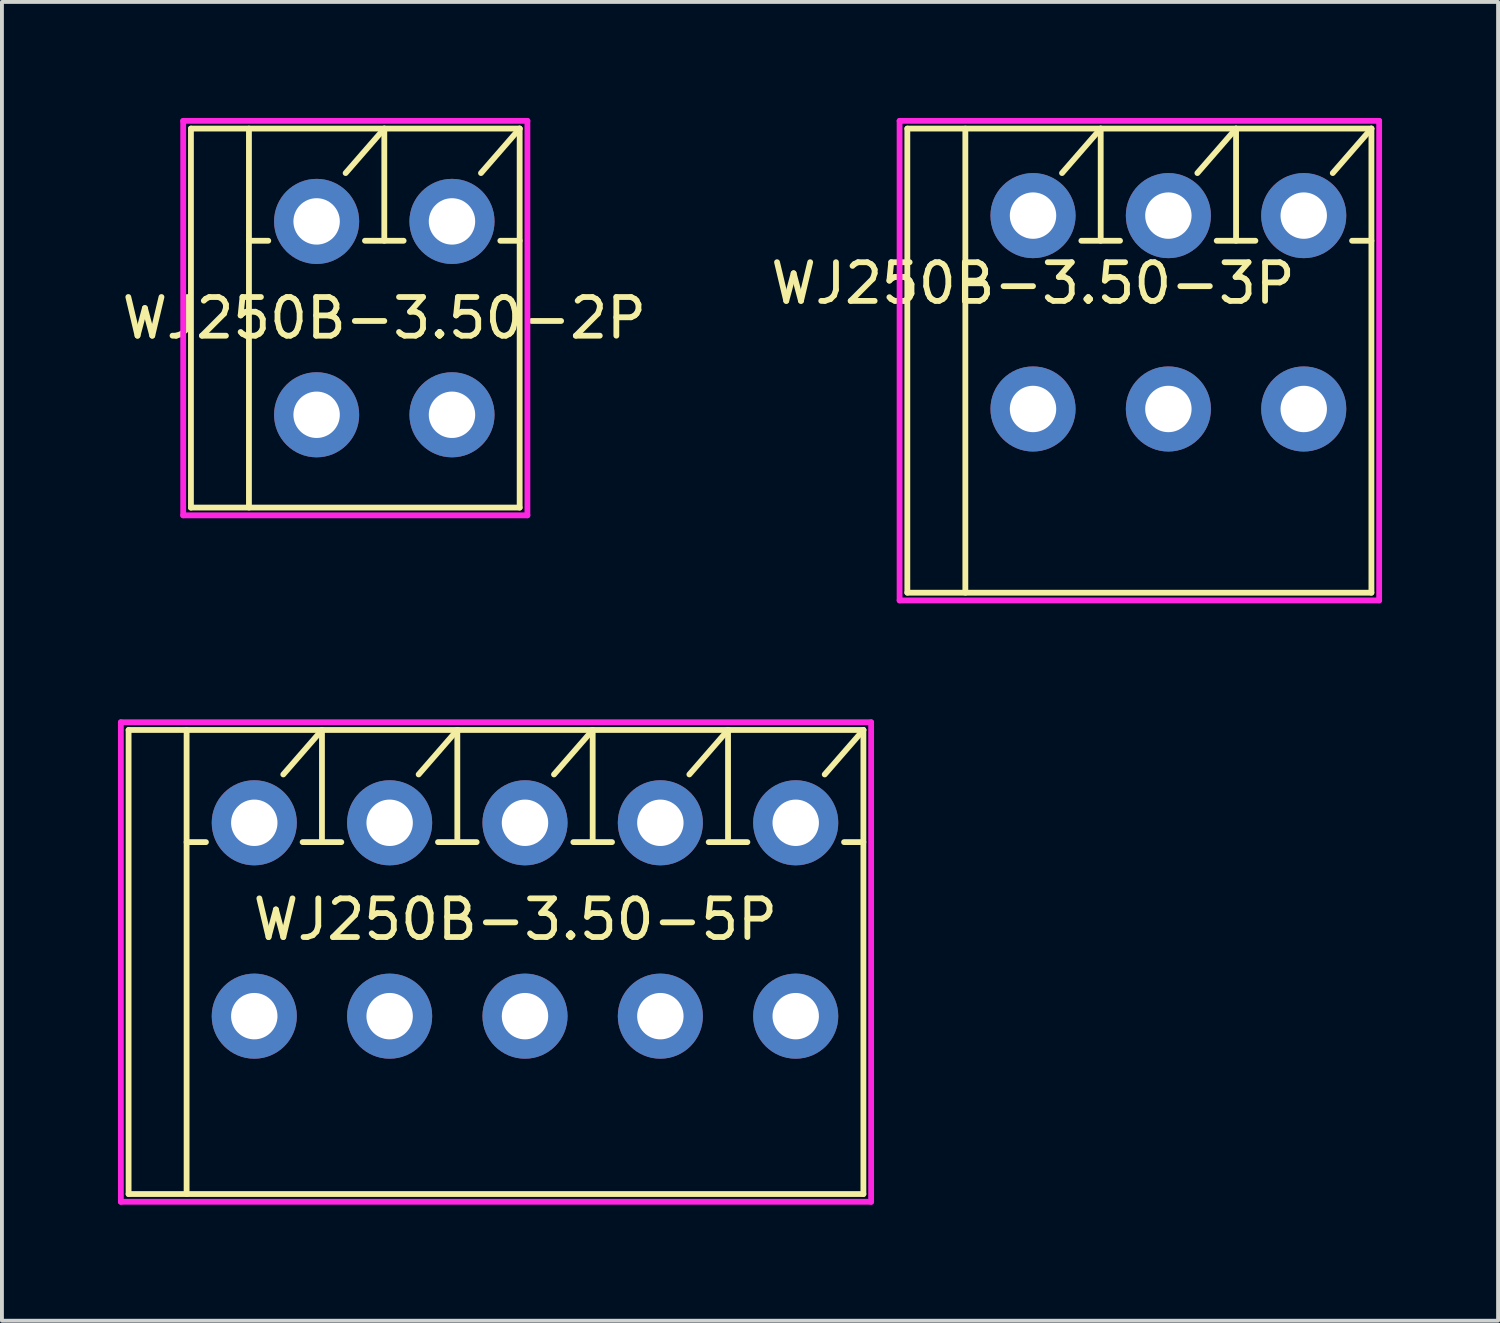
<source format=kicad_pcb>
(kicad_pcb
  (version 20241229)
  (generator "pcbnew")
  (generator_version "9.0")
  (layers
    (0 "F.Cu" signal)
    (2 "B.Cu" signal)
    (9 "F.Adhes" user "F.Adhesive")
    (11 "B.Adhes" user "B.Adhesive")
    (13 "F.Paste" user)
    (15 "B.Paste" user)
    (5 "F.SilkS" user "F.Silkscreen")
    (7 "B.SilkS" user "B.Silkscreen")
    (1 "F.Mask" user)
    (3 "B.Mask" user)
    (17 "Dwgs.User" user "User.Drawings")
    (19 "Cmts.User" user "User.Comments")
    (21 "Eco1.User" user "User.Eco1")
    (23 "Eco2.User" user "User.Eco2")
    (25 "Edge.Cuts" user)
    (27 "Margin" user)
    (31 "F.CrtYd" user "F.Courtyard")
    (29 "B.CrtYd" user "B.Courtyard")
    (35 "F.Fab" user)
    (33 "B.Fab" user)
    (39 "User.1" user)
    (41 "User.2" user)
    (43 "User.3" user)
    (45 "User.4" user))
  (footprint "WJ250B-3.50-3P"
    (layer "F.Cu")
    (at 23.661 2.525)
    (property "Reference" "WJ250B-3.50-3P" (at 0 1.75 0) (layer "F.SilkS") (effects (font (size 1 1) (thickness 0.15))))
    (attr through_hole)
    (fp_line (start -3.25 -2.25) (end 8.75 -2.25) (stroke (width 0.15) (type solid)) (layer "F.SilkS"))
    (fp_line (start -3.25 9.75) (end -3.25 -2.25) (stroke (width 0.15) (type solid)) (layer "F.SilkS"))
    (fp_line (start -3.25 9.75) (end 8.75 9.75) (stroke (width 0.15) (type solid)) (layer "F.SilkS"))
    (fp_line (start -1.75 1.75) (end -1.25 1.75) (stroke (width 0.15) (type solid)) (layer "F.SilkS"))
    (fp_line (start -1.75 9.75) (end -1.75 -2.25) (stroke (width 0.15) (type solid)) (layer "F.SilkS"))
    (fp_line (start 1.25 0.65) (end 2.25 0.65) (stroke (width 0.15) (type solid)) (layer "F.SilkS"))
    (fp_line (start 1.75 -2.25) (end 0.75 -1.1) (stroke (width 0.15) (type solid)) (layer "F.SilkS"))
    (fp_line (start 1.75 0.65) (end 1.75 -2.25) (stroke (width 0.15) (type solid)) (layer "F.SilkS"))
    (fp_line (start 4.75 0.65) (end 5.75 0.65) (stroke (width 0.15) (type solid)) (layer "F.SilkS"))
    (fp_line (start 5.25 -2.25) (end 4.25 -1.1) (stroke (width 0.15) (type solid)) (layer "F.SilkS"))
    (fp_line (start 5.25 0.65) (end 5.25 -2.25) (stroke (width 0.15) (type solid)) (layer "F.SilkS"))
    (fp_line (start 8.25 0.65) (end 8.75 0.65) (stroke (width 0.15) (type solid)) (layer "F.SilkS"))
    (fp_line (start 8.75 -2.25) (end 7.75 -1.1) (stroke (width 0.15) (type solid)) (layer "F.SilkS"))
    (fp_line (start 8.75 9.75) (end 8.75 -2.25) (stroke (width 0.15) (type solid)) (layer "F.SilkS"))
    (fp_line (start -3.45 -2.45) (end 8.95 -2.45) (stroke (width 0.15) (type solid)) (layer "F.CrtYd"))
    (fp_line (start -3.45 9.95) (end -3.45 -2.45) (stroke (width 0.15) (type solid)) (layer "F.CrtYd"))
    (fp_line (start -3.45 9.95) (end 8.95 9.95) (stroke (width 0.15) (type solid)) (layer "F.CrtYd"))
    (fp_line (start 8.95 -2.45) (end 8.95 9.95) (stroke (width 0.15) (type solid)) (layer "F.CrtYd"))
    (pad "1" thru_hole circle (at 0 0) (size 2.2 2.2) (drill 1.2) (layers "*.Cu" "*.Mask"))
    (pad "1" thru_hole circle (at 0 5) (size 2.2 2.2) (drill 1.2) (layers "*.Cu" "*.Mask"))
    (pad "2" thru_hole circle (at 3.5 0) (size 2.2 2.2) (drill 1.2) (layers "*.Cu" "*.Mask"))
    (pad "2" thru_hole circle (at 3.5 5) (size 2.2 2.2) (drill 1.2) (layers "*.Cu" "*.Mask"))
    (pad "3" thru_hole circle (at 7 0) (size 2.2 2.2) (drill 1.2) (layers "*.Cu" "*.Mask"))
    (pad "3" thru_hole circle (at 7 5) (size 2.2 2.2) (drill 1.2) (layers "*.Cu" "*.Mask")))
  (footprint "WJ250B-3.50-5P"
    (layer "F.Cu")
    (at 3.525 18.225)
    (property "Reference" "WJ250B-3.50-5P" (at 6.75 2.5 0) (layer "F.SilkS") (effects (font (size 1 1) (thickness 0.15))))
    (attr through_hole)
    (fp_line (start -3.25 -2.4) (end 15.75 -2.4) (stroke (width 0.15) (type solid)) (layer "F.SilkS"))
    (fp_line (start -3.25 9.6) (end -3.25 -2.4) (stroke (width 0.15) (type solid)) (layer "F.SilkS"))
    (fp_line (start -3.25 9.6) (end 15.75 9.6) (stroke (width 0.15) (type solid)) (layer "F.SilkS"))
    (fp_line (start -1.75 0.5) (end -1.25 0.5) (stroke (width 0.15) (type solid)) (layer "F.SilkS"))
    (fp_line (start -1.75 9.6) (end -1.75 -2.4) (stroke (width 0.15) (type solid)) (layer "F.SilkS"))
    (fp_line (start 1.25 0.5) (end 2.25 0.5) (stroke (width 0.15) (type solid)) (layer "F.SilkS"))
    (fp_line (start 1.75 -2.4) (end 0.75 -1.25) (stroke (width 0.15) (type solid)) (layer "F.SilkS"))
    (fp_line (start 1.75 0.5) (end 1.75 -2.4) (stroke (width 0.15) (type solid)) (layer "F.SilkS"))
    (fp_line (start 4.75 0.5) (end 5.75 0.5) (stroke (width 0.15) (type solid)) (layer "F.SilkS"))
    (fp_line (start 5.25 -2.4) (end 4.25 -1.25) (stroke (width 0.15) (type solid)) (layer "F.SilkS"))
    (fp_line (start 5.25 0.5) (end 5.25 -2.4) (stroke (width 0.15) (type solid)) (layer "F.SilkS"))
    (fp_line (start 8.25 0.5) (end 9.25 0.5) (stroke (width 0.15) (type solid)) (layer "F.SilkS"))
    (fp_line (start 8.75 -2.4) (end 7.75 -1.25) (stroke (width 0.15) (type solid)) (layer "F.SilkS"))
    (fp_line (start 8.75 0.5) (end 8.75 -2.4) (stroke (width 0.15) (type solid)) (layer "F.SilkS"))
    (fp_line (start 11.75 0.5) (end 12.75 0.5) (stroke (width 0.15) (type solid)) (layer "F.SilkS"))
    (fp_line (start 12.25 -2.4) (end 11.25 -1.25) (stroke (width 0.15) (type solid)) (layer "F.SilkS"))
    (fp_line (start 12.25 0.5) (end 12.25 -2.4) (stroke (width 0.15) (type solid)) (layer "F.SilkS"))
    (fp_line (start 15.25 0.5) (end 15.75 0.5) (stroke (width 0.15) (type solid)) (layer "F.SilkS"))
    (fp_line (start 15.75 -2.4) (end 14.75 -1.25) (stroke (width 0.15) (type solid)) (layer "F.SilkS"))
    (fp_line (start 15.75 9.6) (end 15.75 -2.4) (stroke (width 0.15) (type solid)) (layer "F.SilkS"))
    (fp_line (start -3.45 -2.6) (end 15.95 -2.6) (stroke (width 0.15) (type solid)) (layer "F.CrtYd"))
    (fp_line (start -3.45 9.8) (end -3.45 -2.6) (stroke (width 0.15) (type solid)) (layer "F.CrtYd"))
    (fp_line (start -3.45 9.8) (end 15.95 9.8) (stroke (width 0.15) (type solid)) (layer "F.CrtYd"))
    (fp_line (start 15.95 -2.6) (end 15.95 9.8) (stroke (width 0.15) (type solid)) (layer "F.CrtYd"))
    (pad "1" thru_hole circle (at 0 0) (size 2.2 2.2) (drill 1.2) (layers "*.Cu" "*.Mask"))
    (pad "1" thru_hole circle (at 0 5) (size 2.2 2.2) (drill 1.2) (layers "*.Cu" "*.Mask"))
    (pad "2" thru_hole circle (at 3.5 0) (size 2.2 2.2) (drill 1.2) (layers "*.Cu" "*.Mask"))
    (pad "2" thru_hole circle (at 3.5 5) (size 2.2 2.2) (drill 1.2) (layers "*.Cu" "*.Mask"))
    (pad "3" thru_hole circle (at 7 0) (size 2.2 2.2) (drill 1.2) (layers "*.Cu" "*.Mask"))
    (pad "3" thru_hole circle (at 7 5) (size 2.2 2.2) (drill 1.2) (layers "*.Cu" "*.Mask"))
    (pad "4" thru_hole circle (at 10.5 0) (size 2.2 2.2) (drill 1.2) (layers "*.Cu" "*.Mask"))
    (pad "4" thru_hole circle (at 10.5 5) (size 2.2 2.2) (drill 1.2) (layers "*.Cu" "*.Mask"))
    (pad "5" thru_hole circle (at 14 0) (size 2.2 2.2) (drill 1.2) (layers "*.Cu" "*.Mask"))
    (pad "5" thru_hole circle (at 14 5) (size 2.2 2.2) (drill 1.2) (layers "*.Cu" "*.Mask")))
  (footprint "WJ250B-3.50-2P"
    (layer "F.Cu")
    (at 5.137 2.675)
    (property "Reference" "WJ250B-3.50-2P" (at 1.75 2.5 0) (layer "F.SilkS") (effects (font (size 1 1) (thickness 0.15))))
    (attr through_hole)
    (fp_line (start -3.25 -2.4) (end 5.25 -2.4) (stroke (width 0.15) (type solid)) (layer "F.SilkS"))
    (fp_line (start -3.25 7.4) (end -3.25 -2.4) (stroke (width 0.15) (type solid)) (layer "F.SilkS"))
    (fp_line (start -3.25 7.4) (end 5.25 7.4) (stroke (width 0.15) (type solid)) (layer "F.SilkS"))
    (fp_line (start -1.75 0.5) (end -1.25 0.5) (stroke (width 0.15) (type solid)) (layer "F.SilkS"))
    (fp_line (start -1.75 7.4) (end -1.75 -2.4) (stroke (width 0.15) (type solid)) (layer "F.SilkS"))
    (fp_line (start 1.25 0.5) (end 2.25 0.5) (stroke (width 0.15) (type solid)) (layer "F.SilkS"))
    (fp_line (start 1.75 -2.4) (end 0.75 -1.25) (stroke (width 0.15) (type solid)) (layer "F.SilkS"))
    (fp_line (start 1.75 0.5) (end 1.75 -2.4) (stroke (width 0.15) (type solid)) (layer "F.SilkS"))
    (fp_line (start 4.75 0.5) (end 5.25 0.5) (stroke (width 0.15) (type solid)) (layer "F.SilkS"))
    (fp_line (start 5.25 -2.4) (end 4.25 -1.25) (stroke (width 0.15) (type solid)) (layer "F.SilkS"))
    (fp_line (start 5.25 7.4) (end 5.25 -2.4) (stroke (width 0.15) (type solid)) (layer "F.SilkS"))
    (fp_line (start -3.45 -2.6) (end 5.45 -2.6) (stroke (width 0.15) (type solid)) (layer "F.CrtYd"))
    (fp_line (start -3.45 7.6) (end -3.45 -2.6) (stroke (width 0.15) (type solid)) (layer "F.CrtYd"))
    (fp_line (start -3.45 7.6) (end 5.45 7.6) (stroke (width 0.15) (type solid)) (layer "F.CrtYd"))
    (fp_line (start 5.45 -2.6) (end 5.45 7.6) (stroke (width 0.15) (type solid)) (layer "F.CrtYd"))
    (pad "1" thru_hole circle (at 0 0) (size 2.2 2.2) (drill 1.2) (layers "*.Cu" "*.Mask"))
    (pad "1" thru_hole circle (at 0 5) (size 2.2 2.2) (drill 1.2) (layers "*.Cu" "*.Mask"))
    (pad "2" thru_hole circle (at 3.5 0) (size 2.2 2.2) (drill 1.2) (layers "*.Cu" "*.Mask"))
    (pad "2" thru_hole circle (at 3.5 5) (size 2.2 2.2) (drill 1.2) (layers "*.Cu" "*.Mask")))
  (gr_rect
    (start -3 -3)
    (end 35.686 31.1)
    (stroke (width 0.1) (type default))
    (fill no)
    (layer "Edge.Cuts")))
</source>
